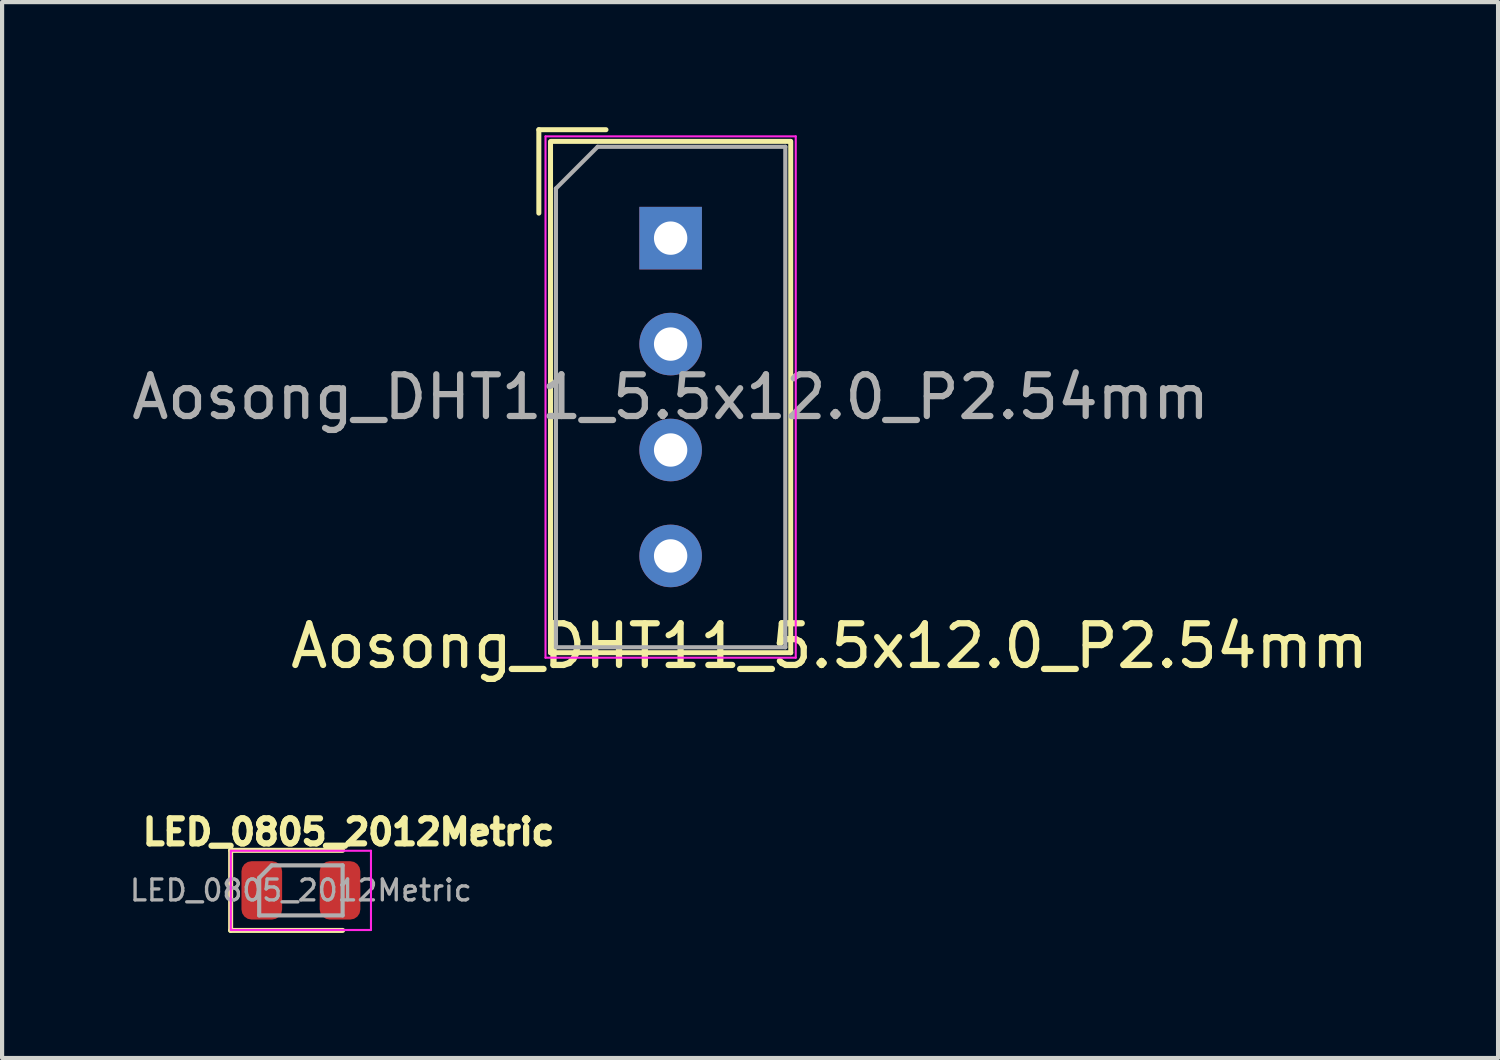
<source format=kicad_pcb>
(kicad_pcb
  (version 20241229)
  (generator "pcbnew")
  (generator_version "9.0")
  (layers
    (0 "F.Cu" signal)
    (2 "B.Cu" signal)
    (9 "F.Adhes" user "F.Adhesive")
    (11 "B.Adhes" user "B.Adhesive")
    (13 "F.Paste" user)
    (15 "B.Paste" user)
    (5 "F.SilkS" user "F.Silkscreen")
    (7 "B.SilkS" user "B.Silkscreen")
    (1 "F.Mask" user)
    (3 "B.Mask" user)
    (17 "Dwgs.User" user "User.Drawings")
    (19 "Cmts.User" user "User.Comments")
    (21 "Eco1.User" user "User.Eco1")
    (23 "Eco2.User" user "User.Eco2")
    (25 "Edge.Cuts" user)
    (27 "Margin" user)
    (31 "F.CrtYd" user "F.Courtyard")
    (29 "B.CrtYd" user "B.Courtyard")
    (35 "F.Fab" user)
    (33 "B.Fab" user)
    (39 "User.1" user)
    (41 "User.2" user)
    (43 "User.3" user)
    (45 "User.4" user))
  (footprint "LED_0805_2012Metric"
    (layer "F.Cu")
    (at 4.165 18.299)
    (property "Reference" "LED_0805_2012Metric" (at 1.143 -1.397 0) (layer "F.SilkS") (effects (font (size 0.6 0.6) (thickness 0.15))))
    (attr smd)
    (fp_line (start -1.685 -0.96) (end -1.685 0.96) (stroke (width 0.12) (type solid)) (layer "F.SilkS"))
    (fp_line (start -1.685 0.96) (end 1 0.96) (stroke (width 0.12) (type solid)) (layer "F.SilkS"))
    (fp_line (start 1 -0.96) (end -1.685 -0.96) (stroke (width 0.12) (type solid)) (layer "F.SilkS"))
    (fp_line (start -1.68 -0.95) (end 1.68 -0.95) (stroke (width 0.05) (type solid)) (layer "F.CrtYd"))
    (fp_line (start -1.68 0.95) (end -1.68 -0.95) (stroke (width 0.05) (type solid)) (layer "F.CrtYd"))
    (fp_line (start 1.68 -0.95) (end 1.68 0.95) (stroke (width 0.05) (type solid)) (layer "F.CrtYd"))
    (fp_line (start 1.68 0.95) (end -1.68 0.95) (stroke (width 0.05) (type solid)) (layer "F.CrtYd"))
    (fp_line (start -1 -0.3) (end -1 0.6) (stroke (width 0.1) (type solid)) (layer "F.Fab"))
    (fp_line (start -1 0.6) (end 1 0.6) (stroke (width 0.1) (type solid)) (layer "F.Fab"))
    (fp_line (start -0.7 -0.6) (end -1 -0.3) (stroke (width 0.1) (type solid)) (layer "F.Fab"))
    (fp_line (start 1 -0.6) (end -0.7 -0.6) (stroke (width 0.1) (type solid)) (layer "F.Fab"))
    (fp_line (start 1 0.6) (end 1 -0.6) (stroke (width 0.1) (type solid)) (layer "F.Fab"))
    (fp_text user "${REFERENCE}" (at 0 0 180) (layer "F.Fab") (effects (font (size 0.5 0.5) (thickness 0.08))))
    (pad "1" smd roundrect (at -0.938 0) (size 0.975 1.4) (layers "F.Cu" "F.Mask" "F.Paste") (roundrect_rratio 0.25))
    (pad "2" smd roundrect (at 0.938 0) (size 0.975 1.4) (layers "F.Cu" "F.Mask" "F.Paste") (roundrect_rratio 0.25)))
  (footprint "Aosong_DHT11_5.5x12.0_P2.54mm"
    (layer "F.Cu")
    (at 13.03 2.66)
    (property "Reference" "Aosong_DHT11_5.5x12.0_P2.54mm" (at 3.81 9.779 180) (layer "F.SilkS") (effects (font (size 1 1) (thickness 0.15))))
    (attr through_hole)
    (fp_line (start -3.16 -2.6) (end -3.16 -0.6) (stroke (width 0.12) (type solid)) (layer "F.SilkS"))
    (fp_line (start -3.16 -2.6) (end -1.55 -2.6) (stroke (width 0.12) (type solid)) (layer "F.SilkS"))
    (fp_line (start -2.88 9.94) (end -2.88 -2.31) (stroke (width 0.12) (type solid)) (layer "F.SilkS"))
    (fp_line (start -2.87 -2.32) (end 2.87 -2.32) (stroke (width 0.12) (type solid)) (layer "F.SilkS"))
    (fp_line (start 2.88 -2.32) (end 2.88 9.94) (stroke (width 0.12) (type solid)) (layer "F.SilkS"))
    (fp_line (start 2.88 9.94) (end -2.88 9.94) (stroke (width 0.12) (type solid)) (layer "F.SilkS"))
    (fp_line (start -3 -2.44) (end 3 -2.44) (stroke (width 0.05) (type solid)) (layer "F.CrtYd"))
    (fp_line (start -3 10.06) (end -3 -2.44) (stroke (width 0.05) (type solid)) (layer "F.CrtYd"))
    (fp_line (start 3 -2.44) (end 3 10.06) (stroke (width 0.05) (type solid)) (layer "F.CrtYd"))
    (fp_line (start 3 10.06) (end -3 10.06) (stroke (width 0.05) (type solid)) (layer "F.CrtYd"))
    (fp_line (start -2.75 -1.19) (end -2.75 9.81) (stroke (width 0.1) (type solid)) (layer "F.Fab"))
    (fp_line (start -2.75 -1.19) (end -1.75 -2.19) (stroke (width 0.1) (type solid)) (layer "F.Fab"))
    (fp_line (start -1.75 -2.19) (end 2.75 -2.19) (stroke (width 0.1) (type solid)) (layer "F.Fab"))
    (fp_line (start 2.75 -2.19) (end 2.75 9.81) (stroke (width 0.1) (type solid)) (layer "F.Fab"))
    (fp_line (start 2.75 9.81) (end -2.75 9.81) (stroke (width 0.1) (type solid)) (layer "F.Fab"))
    (fp_text user "${REFERENCE}" (at 0 3.81 180) (layer "F.Fab") (effects (font (size 1 1) (thickness 0.15))))
    (pad "1" thru_hole rect (at 0 0) (size 1.5 1.5) (drill 0.8) (layers "*.Cu" "*.Mask"))
    (pad "2" thru_hole circle (at 0 2.54) (size 1.5 1.5) (drill 0.8) (layers "*.Cu" "*.Mask"))
    (pad "3" thru_hole circle (at 0 5.08) (size 1.5 1.5) (drill 0.8) (layers "*.Cu" "*.Mask"))
    (pad "4" thru_hole circle (at 0 7.62) (size 1.5 1.5) (drill 0.8) (layers "*.Cu" "*.Mask")))
  (gr_rect
    (start -3 -3)
    (end 32.87 22.319)
    (stroke (width 0.1) (type default))
    (fill no)
    (layer "Edge.Cuts")))
</source>
